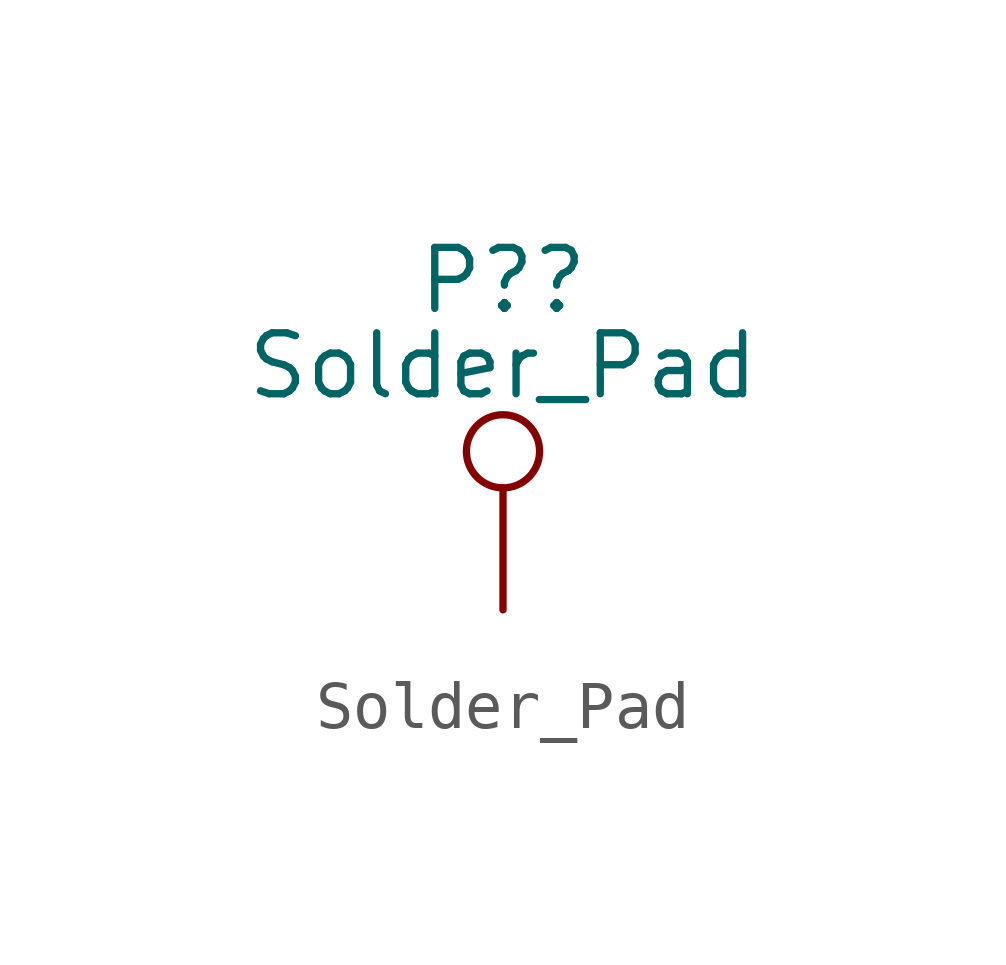
<source format=kicad_sym>
(kicad_symbol_lib
  (version 20211014)
  (generator kicad_symbol_editor)
  (symbol "Solder_Pad"
    (pin_numbers hide)
    (pin_names
      (offset 0.762) hide)
    (property "Reference" "P?"
      (at 0 6.858 0)
      (effects (font (size 1.27 1.27))))
    (property "Value" "Solder_Pad"
      (at 0 5.08 0)
      (effects (font (size 1.27 1.27))))
    (symbol "Solder_Pad_0_1"
      (circle (center 0 3.302) (radius 0.762) (stroke (width 0) (type default) (color 0 0 0 0)) (fill (type none))))
    (symbol "Solder_Pad_1_1"
      (pin passive line (at 0 0 90) (length 2.54) (name "1" (effects (font (size 1.27 1.27)))) (number "1" (effects (font (size 1.27 1.27))))))))
</source>
